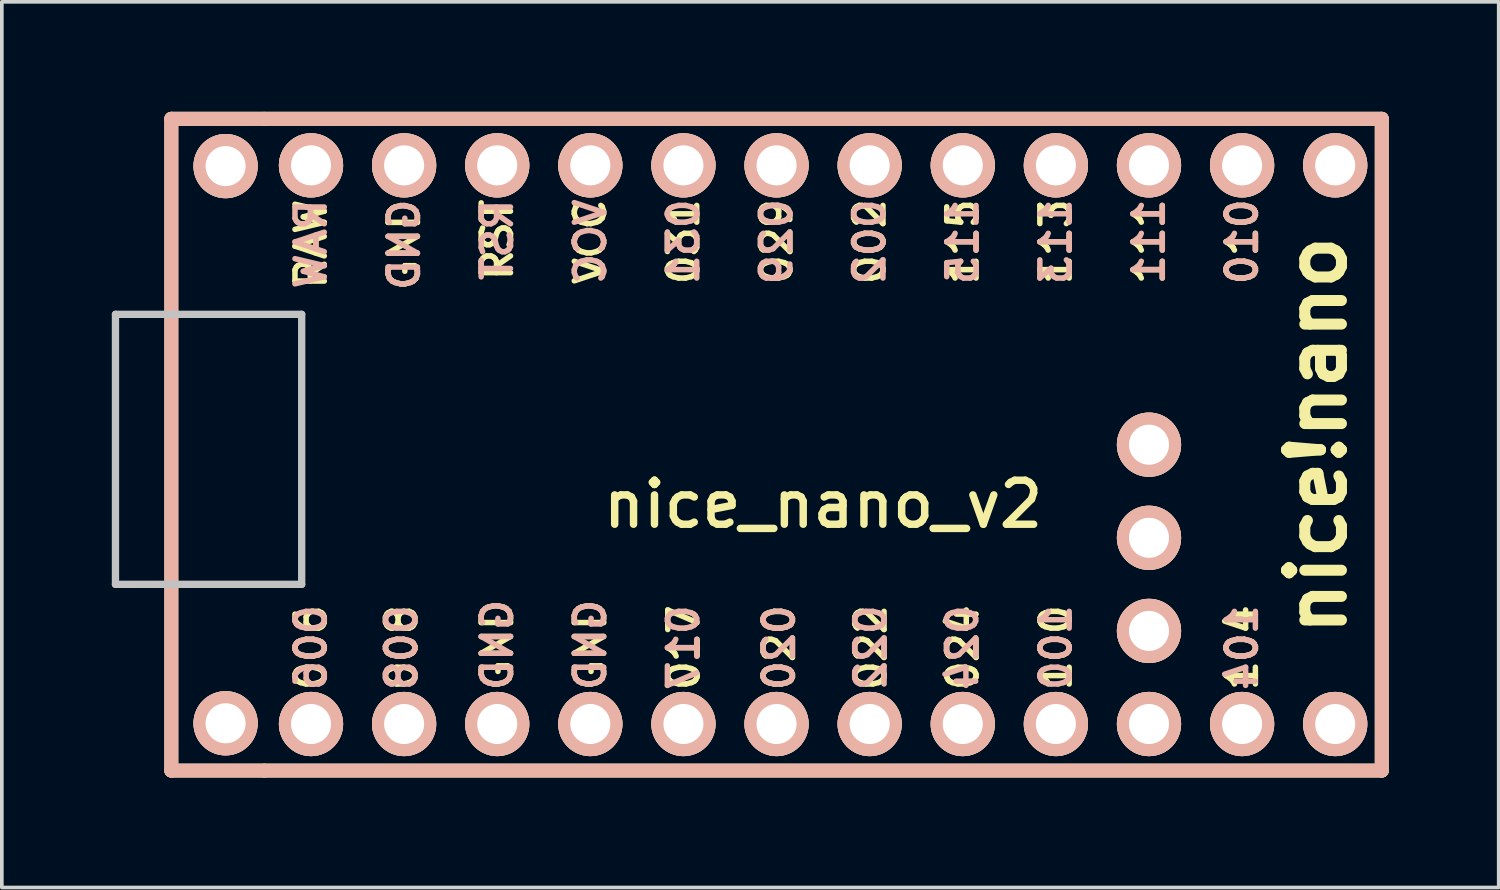
<source format=kicad_pcb>
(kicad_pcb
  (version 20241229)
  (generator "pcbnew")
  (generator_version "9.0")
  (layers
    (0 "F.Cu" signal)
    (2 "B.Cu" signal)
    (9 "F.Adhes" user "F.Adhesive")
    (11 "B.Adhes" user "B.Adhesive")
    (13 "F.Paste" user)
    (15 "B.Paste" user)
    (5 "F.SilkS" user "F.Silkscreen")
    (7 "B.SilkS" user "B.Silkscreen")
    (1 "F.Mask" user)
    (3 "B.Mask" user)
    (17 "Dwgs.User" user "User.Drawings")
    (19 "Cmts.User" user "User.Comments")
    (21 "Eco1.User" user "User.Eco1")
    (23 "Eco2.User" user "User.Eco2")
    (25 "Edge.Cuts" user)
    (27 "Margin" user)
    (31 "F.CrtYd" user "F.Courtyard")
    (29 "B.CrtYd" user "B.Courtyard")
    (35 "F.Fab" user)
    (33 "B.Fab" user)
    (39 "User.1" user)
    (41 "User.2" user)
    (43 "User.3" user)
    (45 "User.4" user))
  (footprint "nice_nano_v2"
    (layer "F.Cu")
    (at 19.404 9.081)
    (property "Reference" "nice_nano_v2" (at 0 1.625 0) (layer "F.SilkS") (effects (font (size 1.2 1.2) (thickness 0.203))))
    (attr through_hole)
    (fp_line (start -17.78 -8.89) (end -17.78 8.89) (stroke (width 0.381) (type solid)) (layer "F.SilkS"))
    (fp_line (start -17.78 8.89) (end -15.24 8.89) (stroke (width 0.381) (type solid)) (layer "F.SilkS"))
    (fp_line (start -15.24 -8.89) (end -17.78 -8.89) (stroke (width 0.381) (type solid)) (layer "F.SilkS"))
    (fp_line (start -15.24 8.89) (end 15.24 8.89) (stroke (width 0.381) (type solid)) (layer "F.SilkS"))
    (fp_line (start 15.24 -8.89) (end -15.24 -8.89) (stroke (width 0.381) (type solid)) (layer "F.SilkS"))
    (fp_line (start 15.24 8.89) (end 15.24 -8.89) (stroke (width 0.381) (type solid)) (layer "F.SilkS"))
    (fp_line (start -17.78 -8.89) (end -17.78 8.89) (stroke (width 0.381) (type solid)) (layer "B.SilkS"))
    (fp_line (start -17.78 8.89) (end 15.24 8.89) (stroke (width 0.381) (type solid)) (layer "B.SilkS"))
    (fp_line (start 15.24 -8.89) (end -17.78 -8.89) (stroke (width 0.381) (type solid)) (layer "B.SilkS"))
    (fp_line (start 15.24 8.89) (end 15.24 -8.89) (stroke (width 0.381) (type solid)) (layer "B.SilkS"))
    (fp_line (start -19.304 -3.556) (end -14.224 -3.556) (stroke (width 0.2) (type solid)) (layer "Dwgs.User"))
    (fp_line (start -19.304 3.81) (end -19.304 -3.556) (stroke (width 0.2) (type solid)) (layer "Dwgs.User"))
    (fp_line (start -14.224 -3.556) (end -14.224 3.81) (stroke (width 0.2) (type solid)) (layer "Dwgs.User"))
    (fp_line (start -14.224 3.81) (end -19.304 3.81) (stroke (width 0.2) (type solid)) (layer "Dwgs.User"))
    (fp_text user "022" (at 1.3 5.537 90) (layer "F.SilkS") (effects (font (size 0.8 0.8) (thickness 0.15))))
    (fp_text user "024" (at 3.81 5.537 90) (layer "F.SilkS") (effects (font (size 0.8 0.8) (thickness 0.15))))
    (fp_text user "nice!nano" (at 13.462 -0.254 90) (layer "F.SilkS") (effects (font (size 1.5 1.5) (thickness 0.3))))
    (fp_text user "006" (at -13.97 5.537 90) (layer "F.SilkS") (effects (font (size 0.8 0.8) (thickness 0.15))))
    (fp_text user "GND" (at -11.43 -5.455 90) (layer "F.SilkS") (effects (font (size 0.8 0.8) (thickness 0.15))))
    (fp_text user "GND" (at -6.35 5.461 90) (layer "F.SilkS") (effects (font (size 0.8 0.8) (thickness 0.15))))
    (fp_text user "111" (at 8.89 -5.537 90) (layer "F.SilkS") (effects (font (size 0.8 0.8) (thickness 0.15))))
    (fp_text user "010" (at 11.43 -5.537 90) (layer "F.SilkS") (effects (font (size 0.8 0.8) (thickness 0.15))))
    (fp_text user "RST" (at -8.89 -5.588 90) (layer "F.SilkS") (effects (font (size 0.8 0.8) (thickness 0.15))))
    (fp_text user "113" (at 6.35 -5.537 90) (layer "F.SilkS") (effects (font (size 0.8 0.8) (thickness 0.15))))
    (fp_text user "002" (at 1.27 -5.537 90) (layer "F.SilkS") (effects (font (size 0.8 0.8) (thickness 0.15))))
    (fp_text user "GND" (at -8.89 5.461 90) (layer "F.SilkS") (effects (font (size 0.8 0.8) (thickness 0.15))))
    (fp_text user "104" (at 11.43 5.537 90) (layer "F.SilkS") (effects (font (size 0.8 0.8) (thickness 0.15))))
    (fp_text user "VCC" (at -6.35 -5.537 90) (layer "F.SilkS") (effects (font (size 0.8 0.8) (thickness 0.15))))
    (fp_text user "017" (at -3.8 5.537 90) (layer "F.SilkS") (effects (font (size 0.8 0.8) (thickness 0.15))))
    (fp_text user "115" (at 3.81 -5.537 90) (layer "F.SilkS") (effects (font (size 0.8 0.8) (thickness 0.15))))
    (fp_text user "031" (at -3.81 -5.537 90) (layer "F.SilkS") (effects (font (size 0.8 0.8) (thickness 0.15))))
    (fp_text user "100" (at 6.35 5.537 90) (layer "F.SilkS") (effects (font (size 0.8 0.8) (thickness 0.15))))
    (fp_text user "020" (at -1.2 5.537 90) (layer "F.SilkS") (effects (font (size 0.8 0.8) (thickness 0.15))))
    (fp_text user "029" (at -1.27 -5.537 90) (layer "F.SilkS") (effects (font (size 0.8 0.8) (thickness 0.15))))
    (fp_text user "008" (at -11.5 5.537 90) (layer "F.SilkS") (effects (font (size 0.8 0.8) (thickness 0.15))))
    (fp_text user "RAW" (at -13.97 -5.474 90) (layer "F.SilkS") (effects (font (size 0.8 0.8) (thickness 0.15))))
    (fp_text user "GND" (at -8.89 5.461 90) (layer "B.SilkS") (effects (font (size 0.8 0.8) (thickness 0.15)) (justify mirror)))
    (fp_text user "022" (at 1.3 5.537 90) (layer "B.SilkS") (effects (font (size 0.8 0.8) (thickness 0.15)) (justify mirror)))
    (fp_text user "RST" (at -8.89 -5.588 90) (layer "B.SilkS") (effects (font (size 0.8 0.8) (thickness 0.15)) (justify mirror)))
    (fp_text user "031" (at -3.81 -5.537 90) (layer "B.SilkS") (effects (font (size 0.8 0.8) (thickness 0.15)) (justify mirror)))
    (fp_text user "020" (at -1.2 5.537 90) (layer "B.SilkS") (effects (font (size 0.8 0.8) (thickness 0.15)) (justify mirror)))
    (fp_text user "100" (at 6.35 5.537 90) (layer "B.SilkS") (effects (font (size 0.8 0.8) (thickness 0.15)) (justify mirror)))
    (fp_text user "010" (at 11.43 -5.537 90) (layer "B.SilkS") (effects (font (size 0.8 0.8) (thickness 0.15)) (justify mirror)))
    (fp_text user "GND" (at -6.35 5.461 90) (layer "B.SilkS") (effects (font (size 0.8 0.8) (thickness 0.15)) (justify mirror)))
    (fp_text user "006" (at -13.97 5.537 90) (layer "B.SilkS") (effects (font (size 0.8 0.8) (thickness 0.15)) (justify mirror)))
    (fp_text user "008" (at -11.5 5.537 90) (layer "B.SilkS") (effects (font (size 0.8 0.8) (thickness 0.15)) (justify mirror)))
    (fp_text user "GND" (at -11.43 -5.455 90) (layer "B.SilkS") (effects (font (size 0.8 0.8) (thickness 0.15)) (justify mirror)))
    (fp_text user "017" (at -3.81 5.537 90) (layer "B.SilkS") (effects (font (size 0.8 0.8) (thickness 0.15)) (justify mirror)))
    (fp_text user "002" (at 1.27 -5.537 90) (layer "B.SilkS") (effects (font (size 0.8 0.8) (thickness 0.15)) (justify mirror)))
    (fp_text user "RAW" (at -13.97 -5.474 90) (layer "B.SilkS") (effects (font (size 0.8 0.8) (thickness 0.15)) (justify mirror)))
    (fp_text user "VCC" (at -6.35 -5.537 90) (layer "B.SilkS") (effects (font (size 0.8 0.8) (thickness 0.15)) (justify mirror)))
    (fp_text user "024" (at 3.8 5.537 90) (layer "B.SilkS") (effects (font (size 0.8 0.8) (thickness 0.15)) (justify mirror)))
    (fp_text user "111" (at 8.89 -5.537 90) (layer "B.SilkS") (effects (font (size 0.8 0.8) (thickness 0.15)) (justify mirror)))
    (fp_text user "113" (at 6.35 -5.537 90) (layer "B.SilkS") (effects (font (size 0.8 0.8) (thickness 0.15)) (justify mirror)))
    (fp_text user "115" (at 3.81 -5.537 90) (layer "B.SilkS") (effects (font (size 0.8 0.8) (thickness 0.15)) (justify mirror)))
    (fp_text user "029" (at -1.27 -5.537 90) (layer "B.SilkS") (effects (font (size 0.8 0.8) (thickness 0.15)) (justify mirror)))
    (fp_text user "104" (at 11.43 5.537 90) (layer "B.SilkS") (effects (font (size 0.8 0.8) (thickness 0.15)) (justify mirror)))
    (pad "1" thru_hole circle (at -16.3 7.6 270) (size 1.753 1.753) (drill 1.092) (layers "*.Cu" "*.SilkS" "*.Mask"))
    (pad "2" thru_hole circle (at -13.97 7.62) (size 1.753 1.753) (drill 1.092) (layers "*.Cu" "*.SilkS" "*.Mask"))
    (pad "3" thru_hole circle (at -11.43 7.62) (size 1.753 1.753) (drill 1.092) (layers "*.Cu" "*.SilkS" "*.Mask"))
    (pad "4" thru_hole circle (at -8.89 7.62) (size 1.753 1.753) (drill 1.092) (layers "*.Cu" "*.SilkS" "*.Mask"))
    (pad "5" thru_hole circle (at -6.35 7.62) (size 1.753 1.753) (drill 1.092) (layers "*.Cu" "*.SilkS" "*.Mask"))
    (pad "6" thru_hole circle (at -3.81 7.62) (size 1.753 1.753) (drill 1.092) (layers "*.Cu" "*.SilkS" "*.Mask"))
    (pad "7" thru_hole circle (at -1.27 7.62) (size 1.753 1.753) (drill 1.092) (layers "*.Cu" "*.SilkS" "*.Mask"))
    (pad "8" thru_hole circle (at 1.27 7.62) (size 1.753 1.753) (drill 1.092) (layers "*.Cu" "*.SilkS" "*.Mask"))
    (pad "9" thru_hole circle (at 3.81 7.62) (size 1.753 1.753) (drill 1.092) (layers "*.Cu" "*.SilkS" "*.Mask"))
    (pad "10" thru_hole circle (at 6.35 7.62) (size 1.753 1.753) (drill 1.092) (layers "*.Cu" "*.SilkS" "*.Mask"))
    (pad "11" thru_hole circle (at 8.89 7.62) (size 1.753 1.753) (drill 1.092) (layers "*.Cu" "*.SilkS" "*.Mask"))
    (pad "12" thru_hole circle (at 11.43 7.62) (size 1.753 1.753) (drill 1.092) (layers "*.Cu" "*.SilkS" "*.Mask"))
    (pad "13" thru_hole circle (at 13.97 7.62) (size 1.753 1.753) (drill 1.092) (layers "*.Cu" "*.SilkS" "*.Mask"))
    (pad "14" thru_hole circle (at 13.97 -7.62) (size 1.753 1.753) (drill 1.092) (layers "*.Cu" "*.SilkS" "*.Mask"))
    (pad "15" thru_hole circle (at 11.43 -7.62) (size 1.753 1.753) (drill 1.092) (layers "*.Cu" "*.SilkS" "*.Mask"))
    (pad "16" thru_hole circle (at 8.89 -7.62) (size 1.753 1.753) (drill 1.092) (layers "*.Cu" "*.SilkS" "*.Mask"))
    (pad "17" thru_hole circle (at 6.35 -7.62) (size 1.753 1.753) (drill 1.092) (layers "*.Cu" "*.SilkS" "*.Mask"))
    (pad "18" thru_hole circle (at 3.81 -7.62) (size 1.753 1.753) (drill 1.092) (layers "*.Cu" "*.SilkS" "*.Mask"))
    (pad "19" thru_hole circle (at 1.27 -7.62) (size 1.753 1.753) (drill 1.092) (layers "*.Cu" "*.SilkS" "*.Mask"))
    (pad "20" thru_hole circle (at -1.27 -7.62) (size 1.753 1.753) (drill 1.092) (layers "*.Cu" "*.SilkS" "*.Mask"))
    (pad "21" thru_hole circle (at -3.81 -7.62) (size 1.753 1.753) (drill 1.092) (layers "*.Cu" "*.SilkS" "*.Mask"))
    (pad "22" thru_hole circle (at -6.35 -7.62) (size 1.753 1.753) (drill 1.092) (layers "*.Cu" "*.SilkS" "*.Mask"))
    (pad "23" thru_hole circle (at -8.89 -7.62) (size 1.753 1.753) (drill 1.092) (layers "*.Cu" "*.SilkS" "*.Mask"))
    (pad "24" thru_hole circle (at -11.43 -7.62) (size 1.753 1.753) (drill 1.092) (layers "*.Cu" "*.SilkS" "*.Mask"))
    (pad "25" thru_hole circle (at -13.97 -7.62 270) (size 1.753 1.753) (drill 1.092) (layers "*.Cu" "*.SilkS" "*.Mask"))
    (pad "26" thru_hole circle (at -16.3 -7.6 270) (size 1.753 1.753) (drill 1.092) (layers "*.Cu" "*.SilkS" "*.Mask"))
    (pad "27" thru_hole circle (at 8.89 5.08) (size 1.753 1.753) (drill 1.092) (layers "*.Cu" "*.SilkS" "*.Mask"))
    (pad "28" thru_hole circle (at 8.89 2.54) (size 1.753 1.753) (drill 1.092) (layers "*.Cu" "*.SilkS" "*.Mask"))
    (pad "29" thru_hole circle (at 8.89 0) (size 1.753 1.753) (drill 1.092) (layers "*.Cu" "*.SilkS" "*.Mask")))
  (gr_rect
    (start -3 -3)
    (end 37.834 21.161)
    (stroke (width 0.1) (type default))
    (fill no)
    (layer "Edge.Cuts")))
</source>
